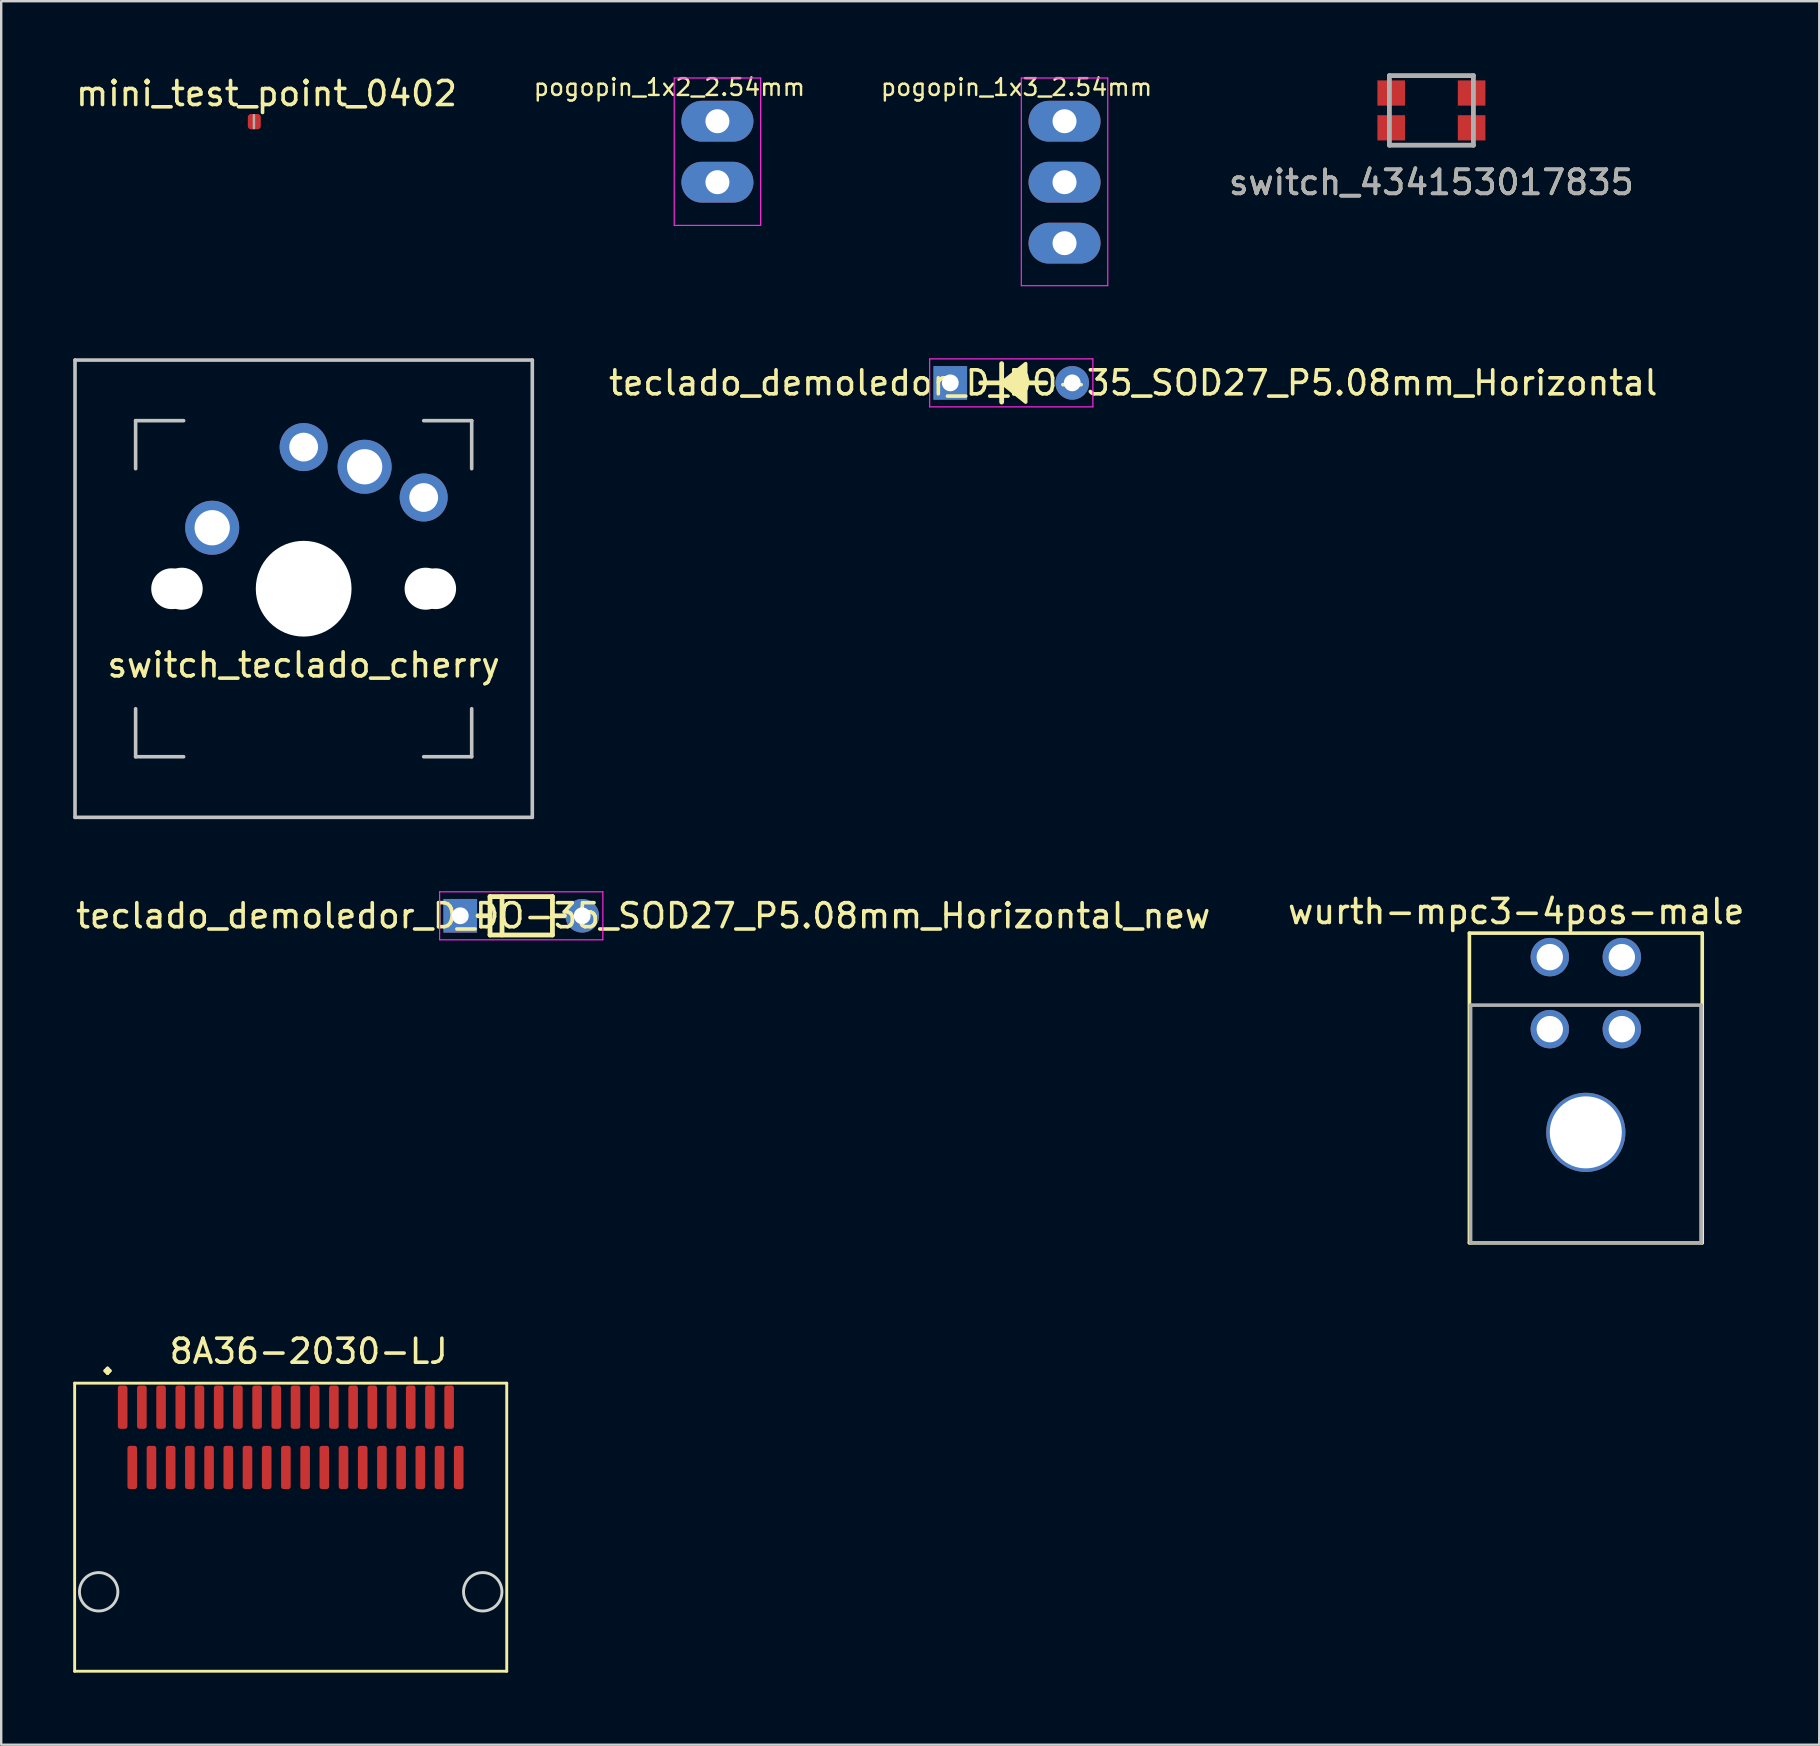
<source format=kicad_pcb>
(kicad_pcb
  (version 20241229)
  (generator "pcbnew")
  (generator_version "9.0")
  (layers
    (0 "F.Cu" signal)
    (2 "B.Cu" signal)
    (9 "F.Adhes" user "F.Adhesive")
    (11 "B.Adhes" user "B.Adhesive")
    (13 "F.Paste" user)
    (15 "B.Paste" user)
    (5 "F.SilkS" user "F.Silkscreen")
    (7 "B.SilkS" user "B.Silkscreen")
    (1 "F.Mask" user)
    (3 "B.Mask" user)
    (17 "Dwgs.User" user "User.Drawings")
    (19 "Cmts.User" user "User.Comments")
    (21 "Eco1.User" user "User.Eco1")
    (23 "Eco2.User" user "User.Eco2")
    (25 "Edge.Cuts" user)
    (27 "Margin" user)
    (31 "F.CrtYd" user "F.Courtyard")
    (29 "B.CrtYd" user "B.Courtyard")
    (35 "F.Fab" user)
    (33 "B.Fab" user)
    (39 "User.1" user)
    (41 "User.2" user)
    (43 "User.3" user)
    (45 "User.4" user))
  (footprint "‎8A36-2030-LJ‎"
    (layer "F.Cu")
    (at 2.06 55.572)
    (property "Reference" "‎8A36-2030-LJ‎" (at 7.75 -2.33 0) (unlocked yes) (layer "F.SilkS") (effects (font (size 1 1) (thickness 0.15))))
    (attr smd)
    (fp_line (start -2 -1) (end -2 11) (stroke (width 0.12) (type solid)) (layer "F.SilkS"))
    (fp_line (start 16 -1) (end -2 -1) (stroke (width 0.12) (type solid)) (layer "F.SilkS"))
    (fp_line (start 16 -1) (end 16 11) (stroke (width 0.12) (type solid)) (layer "F.SilkS"))
    (fp_line (start 16 11) (end -2 11) (stroke (width 0.12) (type solid)) (layer "F.SilkS"))
    (fp_circle (center -1 7.69) (end -0.2 7.69) (stroke (width 0.12) (type solid)) (fill no) (layer "Edge.Cuts"))
    (fp_circle (center 15 7.69) (end 15.8 7.69) (stroke (width 0.12) (type solid)) (fill no) (layer "Edge.Cuts"))
    (fp_text user "." (at -0.63 -2.34 0) (unlocked yes) (layer "F.SilkS") (effects (font (size 2 2) (thickness 0.15))))
    (pad "1" smd roundrect (at 0 0) (size 0.4 1.8) (layers "F.Cu" "F.Mask" "F.Paste") (roundrect_rratio 0.25))
    (pad "1" smd roundrect (at 0.4 2.51) (size 0.4 1.8) (layers "F.Cu" "F.Mask" "F.Paste") (roundrect_rratio 0.25))
    (pad "2" smd roundrect (at 0.8 0) (size 0.4 1.8) (layers "F.Cu" "F.Mask" "F.Paste") (roundrect_rratio 0.25))
    (pad "2" smd roundrect (at 1.2 2.51) (size 0.4 1.8) (layers "F.Cu" "F.Mask" "F.Paste") (roundrect_rratio 0.25))
    (pad "3" smd roundrect (at 1.6 0) (size 0.4 1.8) (layers "F.Cu" "F.Mask" "F.Paste") (roundrect_rratio 0.25))
    (pad "3" smd roundrect (at 2 2.51) (size 0.4 1.8) (layers "F.Cu" "F.Mask" "F.Paste") (roundrect_rratio 0.25))
    (pad "4" smd roundrect (at 2.4 0) (size 0.4 1.8) (layers "F.Cu" "F.Mask" "F.Paste") (roundrect_rratio 0.25))
    (pad "4" smd roundrect (at 2.8 2.51) (size 0.4 1.8) (layers "F.Cu" "F.Mask" "F.Paste") (roundrect_rratio 0.25))
    (pad "5" smd roundrect (at 3.2 0) (size 0.4 1.8) (layers "F.Cu" "F.Mask" "F.Paste") (roundrect_rratio 0.25))
    (pad "5" smd roundrect (at 3.6 2.51) (size 0.4 1.8) (layers "F.Cu" "F.Mask" "F.Paste") (roundrect_rratio 0.25))
    (pad "6" smd roundrect (at 4 0) (size 0.4 1.8) (layers "F.Cu" "F.Mask" "F.Paste") (roundrect_rratio 0.25))
    (pad "6" smd roundrect (at 4.4 2.51) (size 0.4 1.8) (layers "F.Cu" "F.Mask" "F.Paste") (roundrect_rratio 0.25))
    (pad "7" smd roundrect (at 4.8 0) (size 0.4 1.8) (layers "F.Cu" "F.Mask" "F.Paste") (roundrect_rratio 0.25))
    (pad "7" smd roundrect (at 5.2 2.51) (size 0.4 1.8) (layers "F.Cu" "F.Mask" "F.Paste") (roundrect_rratio 0.25))
    (pad "8" smd roundrect (at 5.6 0) (size 0.4 1.8) (layers "F.Cu" "F.Mask" "F.Paste") (roundrect_rratio 0.25))
    (pad "8" smd roundrect (at 6 2.51) (size 0.4 1.8) (layers "F.Cu" "F.Mask" "F.Paste") (roundrect_rratio 0.25))
    (pad "9" smd roundrect (at 6.4 0) (size 0.4 1.8) (layers "F.Cu" "F.Mask" "F.Paste") (roundrect_rratio 0.25))
    (pad "9" smd roundrect (at 6.8 2.51) (size 0.4 1.8) (layers "F.Cu" "F.Mask" "F.Paste") (roundrect_rratio 0.25))
    (pad "10" smd roundrect (at 7.2 0) (size 0.4 1.8) (layers "F.Cu" "F.Mask" "F.Paste") (roundrect_rratio 0.25))
    (pad "10" smd roundrect (at 7.6 2.51) (size 0.4 1.8) (layers "F.Cu" "F.Mask" "F.Paste") (roundrect_rratio 0.25))
    (pad "11" smd roundrect (at 8 0) (size 0.4 1.8) (layers "F.Cu" "F.Mask" "F.Paste") (roundrect_rratio 0.25))
    (pad "11" smd roundrect (at 8.4 2.51) (size 0.4 1.8) (layers "F.Cu" "F.Mask" "F.Paste") (roundrect_rratio 0.25))
    (pad "12" smd roundrect (at 8.8 0) (size 0.4 1.8) (layers "F.Cu" "F.Mask" "F.Paste") (roundrect_rratio 0.25))
    (pad "12" smd roundrect (at 9.2 2.51) (size 0.4 1.8) (layers "F.Cu" "F.Mask" "F.Paste") (roundrect_rratio 0.25))
    (pad "13" smd roundrect (at 9.6 0) (size 0.4 1.8) (layers "F.Cu" "F.Mask" "F.Paste") (roundrect_rratio 0.25))
    (pad "13" smd roundrect (at 10 2.51) (size 0.4 1.8) (layers "F.Cu" "F.Mask" "F.Paste") (roundrect_rratio 0.25))
    (pad "14" smd roundrect (at 10.4 0) (size 0.4 1.8) (layers "F.Cu" "F.Mask" "F.Paste") (roundrect_rratio 0.25))
    (pad "14" smd roundrect (at 10.8 2.51) (size 0.4 1.8) (layers "F.Cu" "F.Mask" "F.Paste") (roundrect_rratio 0.25))
    (pad "15" smd roundrect (at 11.2 0) (size 0.4 1.8) (layers "F.Cu" "F.Mask" "F.Paste") (roundrect_rratio 0.25))
    (pad "15" smd roundrect (at 11.6 2.51) (size 0.4 1.8) (layers "F.Cu" "F.Mask" "F.Paste") (roundrect_rratio 0.25))
    (pad "16" smd roundrect (at 12 0) (size 0.4 1.8) (layers "F.Cu" "F.Mask" "F.Paste") (roundrect_rratio 0.25))
    (pad "16" smd roundrect (at 12.4 2.51) (size 0.4 1.8) (layers "F.Cu" "F.Mask" "F.Paste") (roundrect_rratio 0.25))
    (pad "17" smd roundrect (at 12.8 0) (size 0.4 1.8) (layers "F.Cu" "F.Mask" "F.Paste") (roundrect_rratio 0.25))
    (pad "17" smd roundrect (at 13.2 2.51) (size 0.4 1.8) (layers "F.Cu" "F.Mask" "F.Paste") (roundrect_rratio 0.25))
    (pad "18" smd roundrect (at 13.6 0) (size 0.4 1.8) (layers "F.Cu" "F.Mask" "F.Paste") (roundrect_rratio 0.25))
    (pad "18" smd roundrect (at 14 2.51) (size 0.4 1.8) (layers "F.Cu" "F.Mask" "F.Paste") (roundrect_rratio 0.25)))
  (footprint "teclado_demoledor_D_DO-35_SOD27_P5.08mm_Horizontal"
    (layer "F.Cu")
    (at 39.078 12.9)
    (property "Reference" "teclado_demoledor_D_DO-35_SOD27_P5.08mm_Horizontal" (at 5.08 0 0) (layer "F.SilkS") (effects (font (size 1 1) (thickness 0.15))))
    (attr through_hole)
    (fp_line (start -1.274 0) (end 1.44 0) (stroke (width 0.2) (type solid)) (layer "F.SilkS"))
    (fp_line (start -0.4 -0.8) (end -0.4 0.8) (stroke (width 0.2) (type solid)) (layer "F.SilkS"))
    (fp_poly (pts (xy 0.6 -0.8) (xy 0.6 0.8) (xy -0.4 0)) (stroke (width 0.15) (type solid)) (fill yes) (layer "F.SilkS"))
    (fp_line (start -3.4 -1) (end -3.4 1) (stroke (width 0.05) (type solid)) (layer "F.CrtYd"))
    (fp_line (start -3.4 1) (end 3.4 1) (stroke (width 0.05) (type solid)) (layer "F.CrtYd"))
    (fp_line (start 3.4 -1) (end -3.4 -1) (stroke (width 0.05) (type solid)) (layer "F.CrtYd"))
    (fp_line (start 3.4 1) (end 3.4 -1) (stroke (width 0.05) (type solid)) (layer "F.CrtYd"))
    (pad "1" thru_hole rect (at -2.54 0) (size 1.4 1.4) (drill 0.7) (layers "*.Cu" "*.Mask"))
    (pad "2" thru_hole circle (at 2.54 0) (size 1.4 1.4) (drill 0.7) (layers "*.Cu" "*.Mask")))
  (footprint "switch_434153017835"
    (layer "F.Cu")
    (at 56.581 1.55)
    (property "Reference" "switch_434153017835" (at 0 3 0) (layer "F.SilkS") (effects (font (size 1 1) (thickness 0.15))))
    (attr smd)
    (fp_line (start -1.75 -1.45) (end 1.75 -1.45) (stroke (width 0.1) (type solid)) (layer "F.SilkS"))
    (fp_line (start -1.75 1.45) (end 1.75 1.45) (stroke (width 0.1) (type solid)) (layer "F.SilkS"))
    (fp_line (start 1.75 1.45) (end 1.75 1.45) (stroke (width 0.1) (type solid)) (layer "F.SilkS"))
    (fp_line (start -1.75 -1.45) (end 1.75 -1.45) (stroke (width 0.2) (type solid)) (layer "F.Fab"))
    (fp_line (start -1.75 1.45) (end -1.75 -1.45) (stroke (width 0.2) (type solid)) (layer "F.Fab"))
    (fp_line (start 1.75 -1.45) (end 1.75 1.45) (stroke (width 0.2) (type solid)) (layer "F.Fab"))
    (fp_line (start 1.75 1.45) (end -1.75 1.45) (stroke (width 0.2) (type solid)) (layer "F.Fab"))
    (fp_text user "${REFERENCE}" (at 0 3 0) (layer "F.Fab") (effects (font (size 1 1) (thickness 0.15))))
    (pad "1" smd rect (at -1.675 -0.725 90) (size 1.05 1.15) (layers "F.Cu" "F.Mask" "F.Paste"))
    (pad "2" smd rect (at -1.675 0.725 90) (size 1.05 1.15) (layers "F.Cu" "F.Mask" "F.Paste"))
    (pad "3" smd rect (at 1.675 -0.725 90) (size 1.05 1.15) (layers "F.Cu" "F.Mask" "F.Paste"))
    (pad "4" smd rect (at 1.675 0.725 90) (size 1.05 1.15) (layers "F.Cu" "F.Mask" "F.Paste")))
  (footprint "mini_test_point_0402"
    (layer "F.Cu")
    (at 8.054 2.018)
    (property "Reference" "mini_test_point_0402" (at 0 -1.17 0) (layer "F.SilkS") (effects (font (size 1 1) (thickness 0.15))))
    (attr smd)
    (fp_line (start -0.525 0.27) (end -0.525 -0.27) (stroke (width 0.1) (type solid)) (layer "F.Fab"))
    (pad "1" smd roundrect (at -0.51 0) (size 0.54 0.64) (layers "F.Cu" "F.Mask" "F.Paste") (roundrect_rratio 0.25)))
  (footprint "pogopin_1x3_2.54mm"
    (layer "F.Cu")
    (at 41.297 2)
    (property "Reference" "pogopin_1x3_2.54mm" (at -2 -1.415 0) (layer "F.SilkS") (effects (font (size 0.7 0.7) (thickness 0.1))))
    (attr through_hole)
    (fp_line (start -1.8 -1.8) (end -1.8 6.85) (stroke (width 0.05) (type solid)) (layer "F.CrtYd"))
    (fp_line (start -1.8 6.85) (end 1.8 6.85) (stroke (width 0.05) (type solid)) (layer "F.CrtYd"))
    (fp_line (start 1.8 -1.8) (end -1.8 -1.8) (stroke (width 0.05) (type solid)) (layer "F.CrtYd"))
    (fp_line (start 1.8 6.85) (end 1.8 -1.8) (stroke (width 0.05) (type solid)) (layer "F.CrtYd"))
    (pad "1" thru_hole oval (at 0 0) (size 3 1.7) (drill 1) (layers "*.Cu" "*.Mask"))
    (pad "2" thru_hole oval (at 0 2.54) (size 3 1.7) (drill 1) (layers "*.Cu" "*.Mask"))
    (pad "3" thru_hole oval (at 0 5.08) (size 3 1.7) (drill 1) (layers "*.Cu" "*.Mask")))
  (footprint "wurth-mpc3-4pos-male"
    (layer "F.Cu")
    (at 61.513 39.823)
    (property "Reference" "wurth-mpc3-4pos-male" (at -1.4 -4.9 0) (layer "F.SilkS") (effects (font (size 1 1) (thickness 0.15))))
    (attr through_hole)
    (fp_line (start -3.35 -4) (end 6.35 -4) (stroke (width 0.15) (type solid)) (layer "F.SilkS"))
    (fp_line (start -3.35 8.9) (end -3.35 -4) (stroke (width 0.15) (type solid)) (layer "F.SilkS"))
    (fp_line (start -3.35 8.9) (end 6.35 8.9) (stroke (width 0.15) (type solid)) (layer "F.SilkS"))
    (fp_line (start 6.35 8.9) (end 6.35 -4) (stroke (width 0.15) (type solid)) (layer "F.SilkS"))
    (fp_line (start -3.3 -1) (end 6.3 -1) (stroke (width 0.15) (type solid)) (layer "F.Fab"))
    (fp_line (start -3.3 8.9) (end -3.3 -1) (stroke (width 0.15) (type solid)) (layer "F.Fab"))
    (fp_line (start 6.3 -1) (end 6.3 8.9) (stroke (width 0.15) (type solid)) (layer "F.Fab"))
    (fp_line (start 6.3 8.9) (end -3.3 8.9) (stroke (width 0.15) (type solid)) (layer "F.Fab"))
    (pad "0" thru_hole circle (at 1.5 4.3) (size 3.3 3.3) (drill 3) (layers "*.Cu" "*.Mask"))
    (pad "1" thru_hole circle (at 3 0) (size 1.6 1.6) (drill 1.1) (layers "*.Cu" "*.Mask"))
    (pad "2" thru_hole circle (at 0 0) (size 1.6 1.6) (drill 1.1) (layers "*.Cu" "*.Mask"))
    (pad "3" thru_hole circle (at 3 -3) (size 1.6 1.6) (drill 1.1) (layers "*.Cu" "*.Mask"))
    (pad "4" thru_hole circle (at 0 -3) (size 1.6 1.6) (drill 1.1) (layers "*.Cu" "*.Mask")))
  (footprint "switch_teclado_cherry"
    (layer "F.Cu")
    (at 9.6 21.475)
    (property "Reference" "switch_teclado_cherry" (at 0 3.175 0) (layer "F.SilkS") (effects (font (size 1 1) (thickness 0.15))))
    (attr through_hole)
    (fp_line (start -9.525 -9.525) (end 9.525 -9.525) (stroke (width 0.15) (type solid)) (layer "Dwgs.User"))
    (fp_line (start -9.525 9.525) (end -9.525 -9.525) (stroke (width 0.15) (type solid)) (layer "Dwgs.User"))
    (fp_line (start -7 -7) (end -7 -5) (stroke (width 0.15) (type solid)) (layer "Dwgs.User"))
    (fp_line (start -7 5) (end -7 7) (stroke (width 0.15) (type solid)) (layer "Dwgs.User"))
    (fp_line (start -7 7) (end -5 7) (stroke (width 0.15) (type solid)) (layer "Dwgs.User"))
    (fp_line (start -5 -7) (end -7 -7) (stroke (width 0.15) (type solid)) (layer "Dwgs.User"))
    (fp_line (start 5 -7) (end 7 -7) (stroke (width 0.15) (type solid)) (layer "Dwgs.User"))
    (fp_line (start 5 7) (end 7 7) (stroke (width 0.15) (type solid)) (layer "Dwgs.User"))
    (fp_line (start 7 -7) (end 7 -5) (stroke (width 0.15) (type solid)) (layer "Dwgs.User"))
    (fp_line (start 7 7) (end 7 5) (stroke (width 0.15) (type solid)) (layer "Dwgs.User"))
    (fp_line (start 9.525 -9.525) (end 9.525 9.525) (stroke (width 0.15) (type solid)) (layer "Dwgs.User"))
    (fp_line (start 9.525 9.525) (end -9.525 9.525) (stroke (width 0.15) (type solid)) (layer "Dwgs.User"))
    (pad "" np_thru_hole circle (at -5.5 0 48.1) (size 1.7 1.7) (drill 1.7) (layers "*.Cu" "*.Mask"))
    (pad "" np_thru_hole circle (at -5.08 0 48.1) (size 1.75 1.75) (drill 1.75) (layers "*.Cu" "*.Mask"))
    (pad "" np_thru_hole circle (at 0 0) (size 3.988 3.988) (drill 3.988) (layers "*.Cu" "*.Mask"))
    (pad "" np_thru_hole circle (at 5.08 0 48.1) (size 1.75 1.75) (drill 1.75) (layers "*.Cu" "*.Mask"))
    (pad "" np_thru_hole circle (at 5.5 0 48.1) (size 1.7 1.7) (drill 1.7) (layers "*.Cu" "*.Mask"))
    (pad "1" thru_hole oval (at -3.81 -2.54) (size 2.25 2.25) (drill 1.47) (layers "*.Cu" "*.Mask"))
    (pad "1" thru_hole circle (at 0 -5.9) (size 2 2) (drill 1.2) (layers "*.Cu" "*.Mask"))
    (pad "2" thru_hole circle (at 2.54 -5.08) (size 2.25 2.25) (drill 1.47) (layers "*.Cu" "*.Mask"))
    (pad "2" thru_hole circle (at 5 -3.8) (size 2 2) (drill 1.2) (layers "*.Cu" "*.Mask")))
  (footprint "teclado_demoledor_D_DO-35_SOD27_P5.08mm_Horizontal_new"
    (layer "F.Cu")
    (at 18.664 35.1)
    (property "Reference" "teclado_demoledor_D_DO-35_SOD27_P5.08mm_Horizontal_new" (at 5.08 0 0) (layer "F.SilkS") (effects (font (size 1 1) (thickness 0.15))))
    (attr through_hole)
    (fp_line (start -1.3 -0.8) (end -1.3 0.8) (stroke (width 0.2) (type solid)) (layer "F.SilkS"))
    (fp_line (start -1.3 0) (end -1.8 0) (stroke (width 0.2) (type solid)) (layer "F.SilkS"))
    (fp_line (start -0.8 -0.8) (end -0.8 0.8) (stroke (width 0.2) (type solid)) (layer "F.SilkS"))
    (fp_line (start 1.3 -0.8) (end -1.3 -0.8) (stroke (width 0.2) (type solid)) (layer "F.SilkS"))
    (fp_line (start 1.3 -0.8) (end 1.3 0.8) (stroke (width 0.2) (type solid)) (layer "F.SilkS"))
    (fp_line (start 1.3 0.8) (end -1.3 0.8) (stroke (width 0.2) (type solid)) (layer "F.SilkS"))
    (fp_line (start 1.8 0) (end 1.3 0) (stroke (width 0.2) (type solid)) (layer "F.SilkS"))
    (fp_line (start -3.4 -1) (end -3.4 1) (stroke (width 0.05) (type solid)) (layer "F.CrtYd"))
    (fp_line (start -3.4 1) (end 3.4 1) (stroke (width 0.05) (type solid)) (layer "F.CrtYd"))
    (fp_line (start 3.4 -1) (end -3.4 -1) (stroke (width 0.05) (type solid)) (layer "F.CrtYd"))
    (fp_line (start 3.4 1) (end 3.4 -1) (stroke (width 0.05) (type solid)) (layer "F.CrtYd"))
    (pad "1" thru_hole rect (at -2.54 0) (size 1.4 1.4) (drill 0.7) (layers "*.Cu" "*.Mask"))
    (pad "2" thru_hole circle (at 2.54 0) (size 1.4 1.4) (drill 0.7) (layers "*.Cu" "*.Mask")))
  (footprint "pogopin_1x2_2.54mm"
    (layer "F.Cu")
    (at 26.837 2)
    (property "Reference" "pogopin_1x2_2.54mm" (at -2 -1.415 0) (layer "F.SilkS") (effects (font (size 0.7 0.7) (thickness 0.1))))
    (attr through_hole)
    (fp_line (start -1.8 -1.8) (end -1.8 4.34) (stroke (width 0.05) (type solid)) (layer "F.CrtYd"))
    (fp_line (start -1.8 4.34) (end 1.8 4.34) (stroke (width 0.05) (type solid)) (layer "F.CrtYd"))
    (fp_line (start 1.8 -1.8) (end -1.8 -1.8) (stroke (width 0.05) (type solid)) (layer "F.CrtYd"))
    (fp_line (start 1.8 4.34) (end 1.8 -1.8) (stroke (width 0.05) (type solid)) (layer "F.CrtYd"))
    (pad "1" thru_hole oval (at 0 0) (size 3 1.7) (drill 1) (layers "*.Cu" "*.Mask"))
    (pad "2" thru_hole oval (at 0 2.54) (size 3 1.7) (drill 1) (layers "*.Cu" "*.Mask")))
  (gr_rect
    (start -3 -3)
    (end 72.738 69.632)
    (stroke (width 0.1) (type default))
    (fill no)
    (layer "Edge.Cuts")))
</source>
